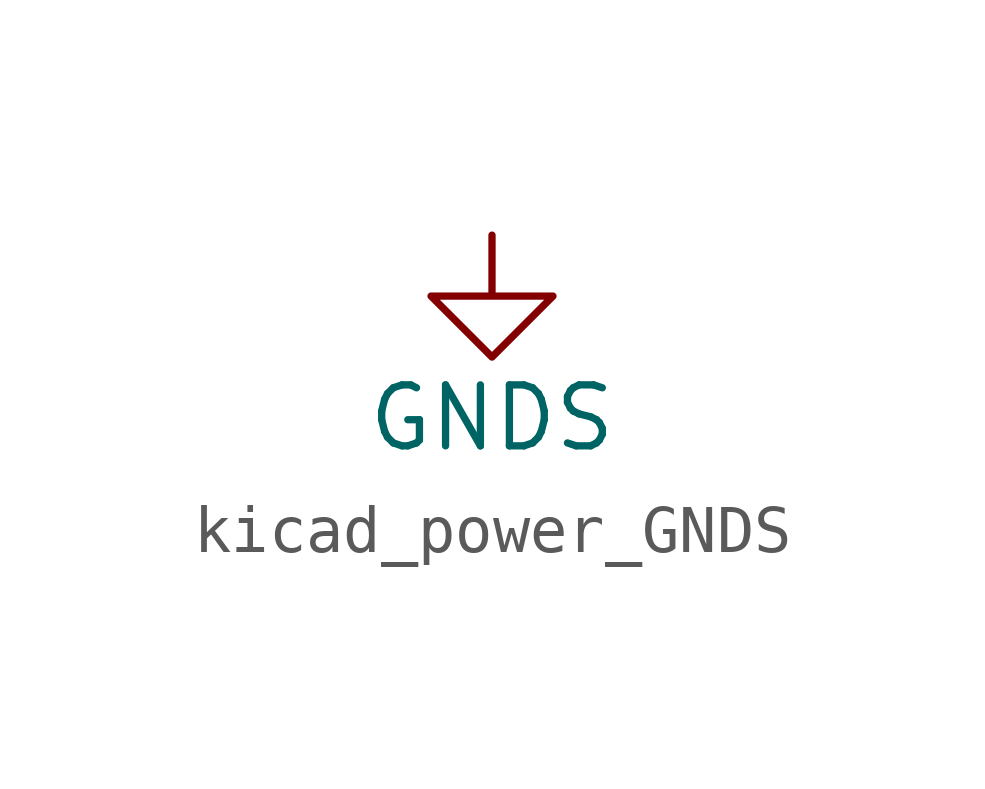
<source format=kicad_sym>
(kicad_symbol_lib
  (version 20220914)
  (generator kicad_symbol_editor)
  (symbol "kicad_power_GNDS"
    (power)
    (pin_names
      (offset 0))
    (property "Reference" "#PWR"
      (at 0 -6.35 0)
      (effects (font (size 1.27 1.27)) hide))
    (property "Value" "GNDS"
      (at 0 -3.81 0)
      (effects (font (size 1.27 1.27))))
    (symbol "kicad_power_GNDS_0_1"
      (polyline (pts (xy 0 0) (xy 0 -1.27) (xy 1.27 -1.27) (xy 0 -2.54) (xy -1.27 -1.27) (xy 0 -1.27)) (stroke (width 0) (type default)) (fill (type none))))
    (symbol "kicad_power_GNDS_1_1"
      (pin power_in line (at 0 0 270) (length 0) hide (name "GNDS" (effects (font (size 1.27 1.27)))) (number "1" (effects (font (size 1.27 1.27))))))))
</source>
